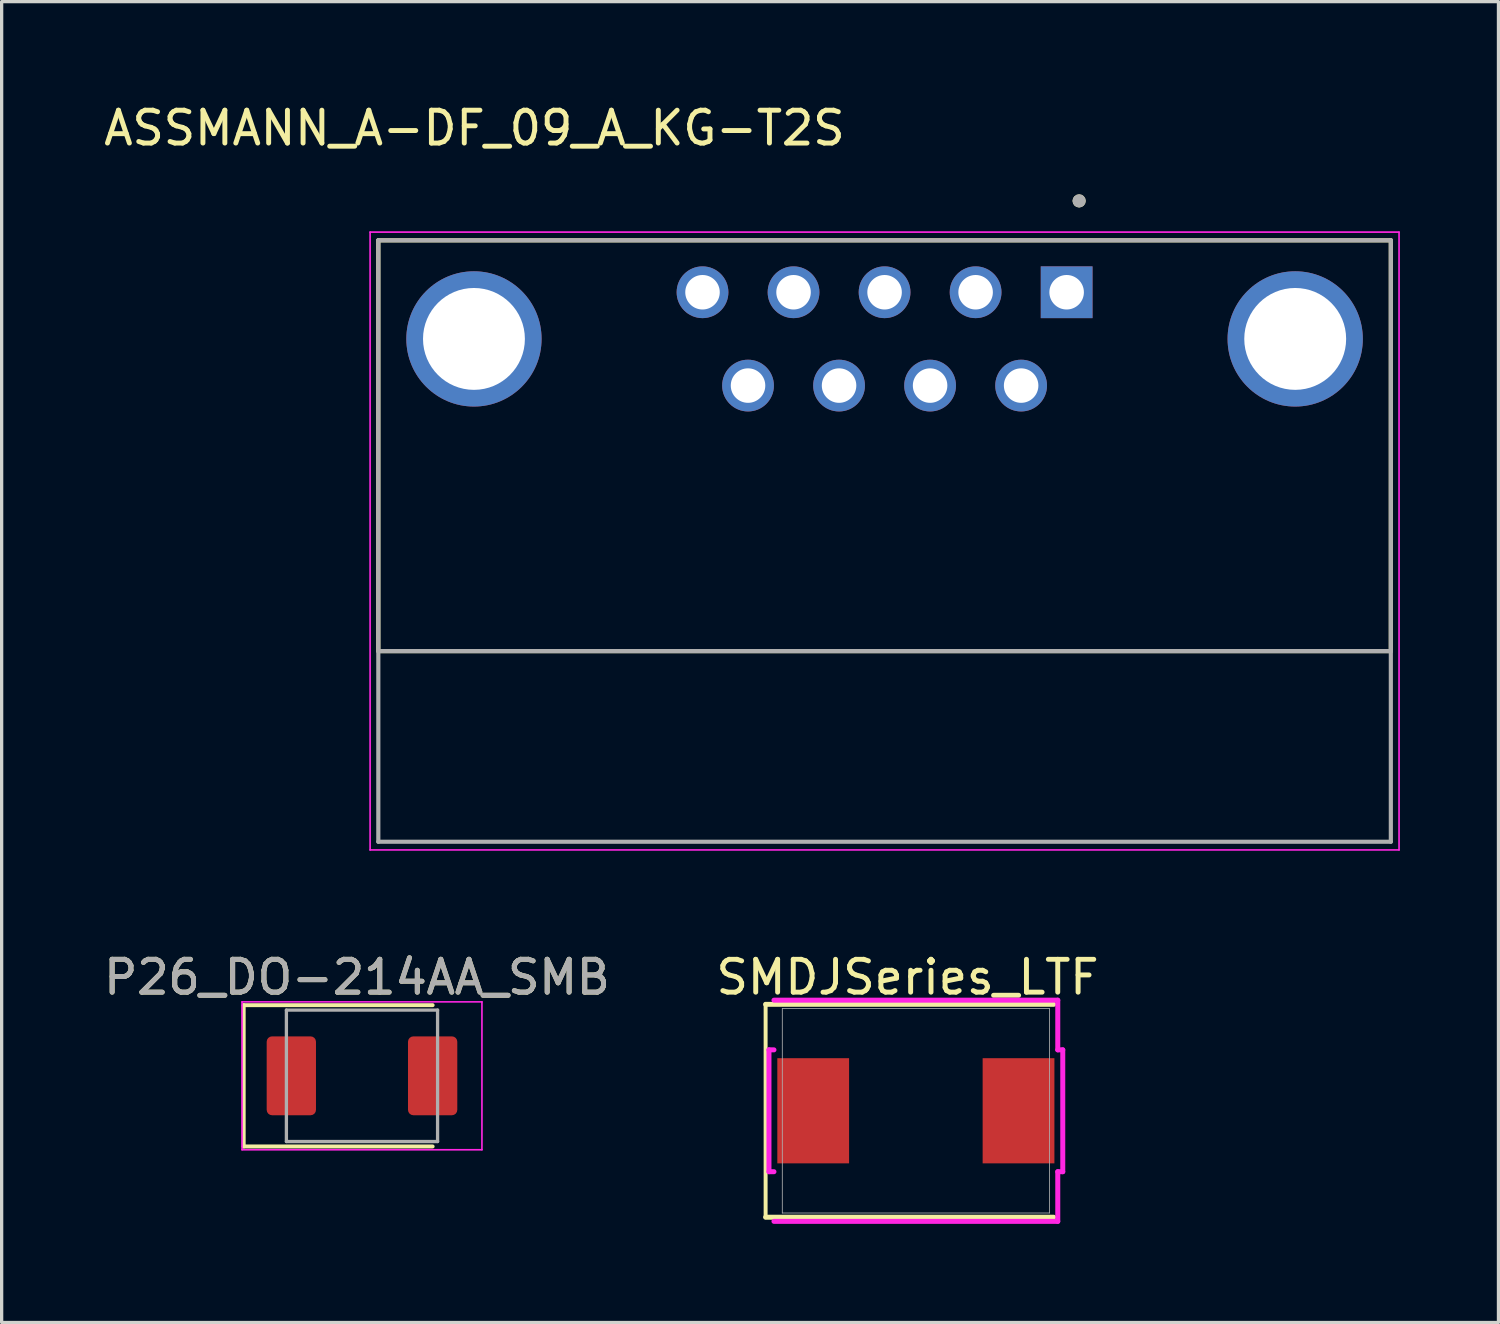
<source format=kicad_pcb>
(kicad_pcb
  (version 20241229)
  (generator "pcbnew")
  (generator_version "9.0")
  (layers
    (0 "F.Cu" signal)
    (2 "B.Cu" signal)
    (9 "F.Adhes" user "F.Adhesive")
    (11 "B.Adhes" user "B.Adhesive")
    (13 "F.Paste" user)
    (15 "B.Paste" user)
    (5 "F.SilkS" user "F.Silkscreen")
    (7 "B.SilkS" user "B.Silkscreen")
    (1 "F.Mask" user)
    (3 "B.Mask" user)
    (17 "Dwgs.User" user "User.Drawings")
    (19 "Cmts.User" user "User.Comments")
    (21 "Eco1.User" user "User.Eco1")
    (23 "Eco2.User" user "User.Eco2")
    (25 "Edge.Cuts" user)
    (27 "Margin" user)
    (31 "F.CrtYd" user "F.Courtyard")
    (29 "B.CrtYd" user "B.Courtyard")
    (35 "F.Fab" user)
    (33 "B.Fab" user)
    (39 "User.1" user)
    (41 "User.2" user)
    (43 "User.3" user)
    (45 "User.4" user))
  (footprint "P26_DO-214AA_SMB"
    (layer "F.Cu")
    (at 5.815 29.686)
    (property "Reference" "P26_DO-214AA_SMB" (at 2 -3 0) (layer "F.SilkS") (effects (font (size 1 1) (thickness 0.15))))
    (attr smd)
    (fp_line (start -1.45 -2.15) (end -1.45 2.15) (stroke (width 0.12) (type solid)) (layer "F.SilkS"))
    (fp_line (start -1.45 -2.15) (end 4.3 -2.15) (stroke (width 0.12) (type solid)) (layer "F.SilkS"))
    (fp_line (start -1.45 2.15) (end 4.3 2.15) (stroke (width 0.12) (type solid)) (layer "F.SilkS"))
    (fp_line (start -1.5 -2.25) (end 5.8 -2.25) (stroke (width 0.05) (type solid)) (layer "F.CrtYd"))
    (fp_line (start -1.5 2.25) (end -1.5 -2.25) (stroke (width 0.05) (type solid)) (layer "F.CrtYd"))
    (fp_line (start 5.8 -2.25) (end 5.8 2.25) (stroke (width 0.05) (type solid)) (layer "F.CrtYd"))
    (fp_line (start 5.8 2.25) (end -1.5 2.25) (stroke (width 0.05) (type solid)) (layer "F.CrtYd"))
    (fp_line (start -0.15 2) (end -0.15 -2) (stroke (width 0.1) (type solid)) (layer "F.Fab"))
    (fp_line (start 4.45 -2) (end -0.15 -2) (stroke (width 0.1) (type solid)) (layer "F.Fab"))
    (fp_line (start 4.45 -2) (end 4.45 2) (stroke (width 0.1) (type solid)) (layer "F.Fab"))
    (fp_line (start 4.45 2) (end -0.15 2) (stroke (width 0.1) (type solid)) (layer "F.Fab"))
    (fp_text user "${REFERENCE}" (at 2 -3 0) (layer "F.Fab") (effects (font (size 1 1) (thickness 0.15))))
    (pad "1" smd roundrect (at 0 0) (size 1.5 2.4) (layers "F.Cu" "F.Mask" "F.Paste") (roundrect_rratio 0.109))
    (pad "2" smd roundrect (at 4.3 0) (size 1.5 2.4) (layers "F.Cu" "F.Mask" "F.Paste") (roundrect_rratio 0.109)))
  (footprint "SMDJSeries_LTF"
    (layer "F.Cu")
    (at 24.819 30.75)
    (property "Reference" "SMDJSeries_LTF" (at -0.254 -4.064 0) (unlocked yes) (layer "F.SilkS") (effects (font (size 1 1) (thickness 0.15))))
    (attr smd)
    (fp_line (start -4.572 -3.239) (end -4.572 3.239) (stroke (width 0.12) (type default)) (layer "F.SilkS"))
    (fp_line (start -4.572 3.239) (end 4.191 3.239) (stroke (width 0.152) (type solid)) (layer "F.SilkS"))
    (fp_line (start 4.191 -3.239) (end -4.572 -3.239) (stroke (width 0.152) (type solid)) (layer "F.SilkS"))
    (fp_line (start -4.47 -1.854) (end -4.318 -1.854) (stroke (width 0.152) (type solid)) (layer "F.CrtYd"))
    (fp_line (start -4.47 1.854) (end -4.47 -1.854) (stroke (width 0.152) (type solid)) (layer "F.CrtYd"))
    (fp_line (start -4.318 -3.365) (end 4.318 -3.365) (stroke (width 0.152) (type solid)) (layer "F.CrtYd"))
    (fp_line (start -4.318 1.854) (end -4.47 1.854) (stroke (width 0.152) (type solid)) (layer "F.CrtYd"))
    (fp_line (start 4.318 -3.365) (end 4.318 -1.854) (stroke (width 0.152) (type solid)) (layer "F.CrtYd"))
    (fp_line (start 4.318 -1.854) (end 4.47 -1.854) (stroke (width 0.152) (type solid)) (layer "F.CrtYd"))
    (fp_line (start 4.318 1.854) (end 4.318 3.365) (stroke (width 0.152) (type solid)) (layer "F.CrtYd"))
    (fp_line (start 4.318 3.365) (end -4.318 3.365) (stroke (width 0.152) (type solid)) (layer "F.CrtYd"))
    (fp_line (start 4.47 -1.854) (end 4.47 1.854) (stroke (width 0.152) (type solid)) (layer "F.CrtYd"))
    (fp_line (start 4.47 1.854) (end 4.318 1.854) (stroke (width 0.152) (type solid)) (layer "F.CrtYd"))
    (fp_line (start -4.064 -3.111) (end -4.064 3.111) (stroke (width 0.025) (type solid)) (layer "F.Fab"))
    (fp_line (start -4.064 3.111) (end 4.064 3.111) (stroke (width 0.025) (type solid)) (layer "F.Fab"))
    (fp_line (start 4.064 -3.111) (end -4.064 -3.111) (stroke (width 0.025) (type solid)) (layer "F.Fab"))
    (fp_line (start 4.064 3.111) (end 4.064 -3.111) (stroke (width 0.025) (type solid)) (layer "F.Fab"))
    (pad "1" smd rect (at -3.124 0 90) (size 3.2 2.184) (layers "F.Cu" "F.Mask" "F.Paste"))
    (pad "2" smd rect (at 3.124 0 90) (size 3.2 2.184) (layers "F.Cu" "F.Mask" "F.Paste"))
    (zone (net_name "") (layer "F.Cu") (hatch full 0.508) (connect_pads) (min_thickness 0.254) (filled_areas_thickness no) (keepout (tracks not_allowed) (vias not_allowed) (pads allowed) (copperpour not_allowed) (footprints allowed)) (placement (enabled no)) (fill) (polygon (pts (xy 20.806 27.69) (xy 28.833 27.69) (xy 28.833 29.099) (xy 20.806 29.099))))
    (zone (net_name "") (layer "F.Cu") (hatch full 0.508) (connect_pads) (min_thickness 0.254) (filled_areas_thickness no) (keepout (tracks not_allowed) (vias not_allowed) (pads allowed) (copperpour not_allowed) (footprints allowed)) (placement (enabled no)) (fill) (polygon (pts (xy 20.806 32.401) (xy 28.833 32.401) (xy 28.833 33.811) (xy 20.806 33.811))))
    (zone (net_name "") (layer "F.Cu") (hatch full 0.508) (connect_pads) (min_thickness 0.254) (filled_areas_thickness no) (keepout (tracks not_allowed) (vias not_allowed) (pads allowed) (copperpour not_allowed) (footprints allowed)) (placement (enabled no)) (fill) (polygon (pts (xy 22.838 29.099) (xy 26.801 29.099) (xy 26.801 32.401) (xy 22.838 32.401)))))
  (footprint "ASSMANN_A-DF_09_A_KG-T2S"
    (layer "F.Cu")
    (at 23.867 7.263)
    (property "Reference" "ASSMANN_A-DF_09_A_KG-T2S" (at -12.48 -6.415 0) (layer "F.SilkS") (effects (font (size 1 1) (thickness 0.15))))
    (attr through_hole)
    (fp_line (start -15.405 -3) (end -15.405 9.5) (stroke (width 0.127) (type solid)) (layer "F.SilkS"))
    (fp_line (start -15.405 9.5) (end 15.405 9.5) (stroke (width 0.127) (type solid)) (layer "F.SilkS"))
    (fp_line (start 15.405 -3) (end -15.405 -3) (stroke (width 0.127) (type solid)) (layer "F.SilkS"))
    (fp_line (start 15.405 9.5) (end 15.405 -3) (stroke (width 0.127) (type solid)) (layer "F.SilkS"))
    (fp_circle (center 5.92 -4.2) (end 6.02 -4.2) (stroke (width 0.2) (type solid)) (fill no) (layer "F.SilkS"))
    (fp_line (start -15.655 -3.25) (end -15.655 15.55) (stroke (width 0.05) (type solid)) (layer "F.CrtYd"))
    (fp_line (start -15.655 15.55) (end 15.655 15.55) (stroke (width 0.05) (type solid)) (layer "F.CrtYd"))
    (fp_line (start 15.655 -3.25) (end -15.655 -3.25) (stroke (width 0.05) (type solid)) (layer "F.CrtYd"))
    (fp_line (start 15.655 15.55) (end 15.655 -3.25) (stroke (width 0.05) (type solid)) (layer "F.CrtYd"))
    (fp_line (start -15.405 -3) (end -15.405 15.3) (stroke (width 0.127) (type solid)) (layer "F.Fab"))
    (fp_line (start -15.405 9.5) (end 15.405 9.5) (stroke (width 0.127) (type solid)) (layer "F.Fab"))
    (fp_line (start -15.405 15.3) (end 15.405 15.3) (stroke (width 0.127) (type solid)) (layer "F.Fab"))
    (fp_line (start 15.405 -3) (end -15.405 -3) (stroke (width 0.127) (type solid)) (layer "F.Fab"))
    (fp_line (start 15.405 15.3) (end 15.405 -3) (stroke (width 0.127) (type solid)) (layer "F.Fab"))
    (fp_circle (center 5.92 -4.2) (end 6.02 -4.2) (stroke (width 0.2) (type solid)) (fill no) (layer "F.Fab"))
    (pad "1" thru_hole rect (at 5.54 -1.42) (size 1.575 1.575) (drill 1.05) (layers "*.Cu" "*.Mask"))
    (pad "2" thru_hole circle (at 2.77 -1.42) (size 1.575 1.575) (drill 1.05) (layers "*.Cu" "*.Mask"))
    (pad "3" thru_hole circle (at 0 -1.42) (size 1.575 1.575) (drill 1.05) (layers "*.Cu" "*.Mask"))
    (pad "4" thru_hole circle (at -2.77 -1.42) (size 1.575 1.575) (drill 1.05) (layers "*.Cu" "*.Mask"))
    (pad "5" thru_hole circle (at -5.54 -1.42) (size 1.575 1.575) (drill 1.05) (layers "*.Cu" "*.Mask"))
    (pad "6" thru_hole circle (at 4.155 1.42) (size 1.575 1.575) (drill 1.05) (layers "*.Cu" "*.Mask"))
    (pad "7" thru_hole circle (at 1.385 1.42) (size 1.575 1.575) (drill 1.05) (layers "*.Cu" "*.Mask"))
    (pad "8" thru_hole circle (at -1.385 1.42) (size 1.575 1.575) (drill 1.05) (layers "*.Cu" "*.Mask"))
    (pad "9" thru_hole circle (at -4.155 1.42) (size 1.575 1.575) (drill 1.05) (layers "*.Cu" "*.Mask"))
    (pad "Shield" thru_hole circle (at -12.495 0) (size 4.116 4.116) (drill 3.1) (layers "*.Cu" "*.Mask"))
    (pad "Shield" thru_hole circle (at 12.495 0) (size 4.116 4.116) (drill 3.1) (layers "*.Cu" "*.Mask")))
  (gr_rect
    (start -3 -3)
    (end 42.547 37.192)
    (stroke (width 0.1) (type default))
    (fill no)
    (layer "Edge.Cuts")))
</source>
